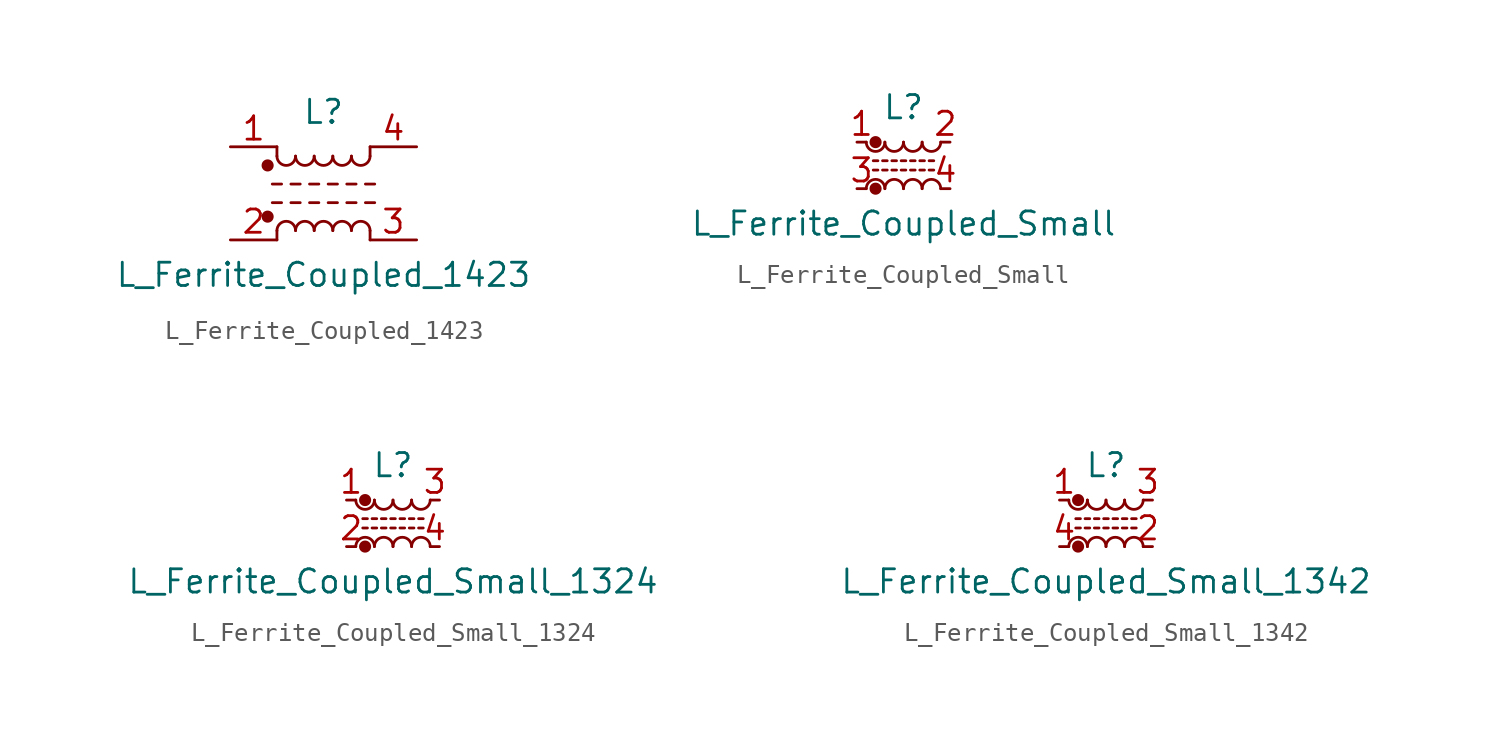
<source format=kicad_sym>
(kicad_symbol_lib
  (version 20241209)
  (generator "kicad_symbol_editor")
  (generator_version "9.0")
  (symbol "L_Ferrite_Coupled_1423"
    (pin_names
      (offset 0.254)
      (hide yes))
    (property "Reference" "L"
      (at 0 4.445 0)
      (effects (font (size 1.27 1.27))))
    (property "Value" "L_Ferrite_Coupled_1423"
      (at 0 -4.445 0)
      (effects (font (size 1.27 1.27))))
    (symbol "L_Ferrite_Coupled_1423_0_1"
      (circle (center -3.048 1.524) (radius 0.254) (stroke (width 0) (type default)) (fill (type outline)))
      (circle (center -3.048 -1.27) (radius 0.254) (stroke (width 0) (type default)) (fill (type outline)))
      (polyline (pts (xy -2.794 0.508) (xy -2.286 0.508)) (stroke (width 0) (type default)) (fill (type none)))
      (polyline (pts (xy -2.794 -0.508) (xy -2.286 -0.508)) (stroke (width 0) (type default)) (fill (type none)))
      (polyline (pts (xy -2.54 2.032) (xy -2.54 2.54)) (stroke (width 0) (type default)) (fill (type none)))
      (polyline (pts (xy -2.54 -2.032) (xy -2.54 -2.54)) (stroke (width 0) (type default)) (fill (type none)))
      (arc (start -1.524 2.032) (mid -2.032 1.5262) (end -2.54 2.032) (stroke (width 0) (type default)) (fill (type none)))
      (arc (start -2.54 -2.032) (mid -2.032 -1.5262) (end -1.524 -2.032) (stroke (width 0) (type default)) (fill (type none)))
      (polyline (pts (xy -1.778 0.508) (xy -1.27 0.508)) (stroke (width 0) (type default)) (fill (type none)))
      (polyline (pts (xy -1.778 -0.508) (xy -1.27 -0.508)) (stroke (width 0) (type default)) (fill (type none)))
      (arc (start -0.508 2.032) (mid -1.016 1.5262) (end -1.524 2.032) (stroke (width 0) (type default)) (fill (type none)))
      (arc (start -1.524 -2.032) (mid -1.016 -1.5262) (end -0.508 -2.032) (stroke (width 0) (type default)) (fill (type none)))
      (polyline (pts (xy -0.762 0.508) (xy -0.254 0.508)) (stroke (width 0) (type default)) (fill (type none)))
      (polyline (pts (xy -0.762 -0.508) (xy -0.254 -0.508)) (stroke (width 0) (type default)) (fill (type none)))
      (arc (start 0.508 2.032) (mid 0 1.5262) (end -0.508 2.032) (stroke (width 0) (type default)) (fill (type none)))
      (arc (start -0.508 -2.032) (mid 0 -1.5262) (end 0.508 -2.032) (stroke (width 0) (type default)) (fill (type none)))
      (polyline (pts (xy 0.254 0.508) (xy 0.762 0.508)) (stroke (width 0) (type default)) (fill (type none)))
      (polyline (pts (xy 0.254 -0.508) (xy 0.762 -0.508)) (stroke (width 0) (type default)) (fill (type none)))
      (arc (start 1.524 2.032) (mid 1.016 1.5262) (end 0.508 2.032) (stroke (width 0) (type default)) (fill (type none)))
      (arc (start 0.508 -2.032) (mid 1.016 -1.5262) (end 1.524 -2.032) (stroke (width 0) (type default)) (fill (type none)))
      (polyline (pts (xy 1.27 0.508) (xy 1.778 0.508)) (stroke (width 0) (type default)) (fill (type none)))
      (polyline (pts (xy 1.27 -0.508) (xy 1.778 -0.508)) (stroke (width 0) (type default)) (fill (type none)))
      (arc (start 2.54 2.032) (mid 2.032 1.5262) (end 1.524 2.032) (stroke (width 0) (type default)) (fill (type none)))
      (arc (start 1.524 -2.032) (mid 2.032 -1.5262) (end 2.54 -2.032) (stroke (width 0) (type default)) (fill (type none)))
      (polyline (pts (xy 2.286 0.508) (xy 2.794 0.508)) (stroke (width 0) (type default)) (fill (type none)))
      (polyline (pts (xy 2.286 -0.508) (xy 2.794 -0.508)) (stroke (width 0) (type default)) (fill (type none)))
      (polyline (pts (xy 2.54 2.54) (xy 2.54 2.032)) (stroke (width 0) (type default)) (fill (type none)))
      (polyline (pts (xy 2.54 -2.032) (xy 2.54 -2.54)) (stroke (width 0) (type default)) (fill (type none))))
    (symbol "L_Ferrite_Coupled_1423_1_1"
      (pin passive line (at -5.08 2.54 0) (length 2.54) (name "1" (effects (font (size 1.27 1.27)))) (number "1" (effects (font (size 1.27 1.27)))))
      (pin passive line (at -5.08 -2.54 0) (length 2.54) (name "2" (effects (font (size 1.27 1.27)))) (number "2" (effects (font (size 1.27 1.27)))))
      (pin passive line (at 5.08 2.54 180) (length 2.54) (name "4" (effects (font (size 1.27 1.27)))) (number "4" (effects (font (size 1.27 1.27)))))
      (pin passive line (at 5.08 -2.54 180) (length 2.54) (name "3" (effects (font (size 1.27 1.27)))) (number "3" (effects (font (size 1.27 1.27)))))))
  (symbol "L_Ferrite_Coupled_Small"
    (pin_names
      (offset 0.254)
      (hide yes))
    (property "Reference" "L"
      (at 0 3.175 0)
      (effects (font (size 1.27 1.27))))
    (property "Value" "L_Ferrite_Coupled_Small"
      (at 0 -3.175 0)
      (effects (font (size 1.27 1.27))))
    (symbol "L_Ferrite_Coupled_Small_0_1"
      (polyline (pts (xy -1.651 0.254) (xy -1.397 0.254)) (stroke (width 0) (type default)) (fill (type none)))
      (arc (start -1.016 1.27) (mid -1.524 0.7642) (end -2.032 1.27) (stroke (width 0) (type default)) (fill (type none)))
      (circle (center -1.524 1.27) (radius 0.254) (stroke (width 0) (type default)) (fill (type outline)))
      (circle (center -1.524 -1.27) (radius 0.254) (stroke (width 0) (type default)) (fill (type outline)))
      (arc (start -2.032 -1.27) (mid -1.524 -0.7642) (end -1.016 -1.27) (stroke (width 0) (type default)) (fill (type none)))
      (polyline (pts (xy -1.397 -0.254) (xy -1.651 -0.254)) (stroke (width 0) (type default)) (fill (type none)))
      (polyline (pts (xy -1.143 0.254) (xy -0.889 0.254)) (stroke (width 0) (type default)) (fill (type none)))
      (polyline (pts (xy -0.889 -0.254) (xy -1.143 -0.254)) (stroke (width 0) (type default)) (fill (type none)))
      (polyline (pts (xy -0.635 0.254) (xy -0.381 0.254)) (stroke (width 0) (type default)) (fill (type none)))
      (arc (start 0 1.27) (mid -0.508 0.7642) (end -1.016 1.27) (stroke (width 0) (type default)) (fill (type none)))
      (arc (start -1.016 -1.27) (mid -0.508 -0.7642) (end 0 -1.27) (stroke (width 0) (type default)) (fill (type none)))
      (polyline (pts (xy -0.381 -0.254) (xy -0.635 -0.254)) (stroke (width 0) (type default)) (fill (type none)))
      (polyline (pts (xy -0.127 0.254) (xy 0.127 0.254)) (stroke (width 0) (type default)) (fill (type none)))
      (polyline (pts (xy 0.127 -0.254) (xy -0.127 -0.254)) (stroke (width 0) (type default)) (fill (type none)))
      (polyline (pts (xy 0.381 0.254) (xy 0.635 0.254)) (stroke (width 0) (type default)) (fill (type none)))
      (arc (start 1.016 1.27) (mid 0.508 0.7642) (end 0 1.27) (stroke (width 0) (type default)) (fill (type none)))
      (arc (start 0 -1.27) (mid 0.508 -0.7642) (end 1.016 -1.27) (stroke (width 0) (type default)) (fill (type none)))
      (polyline (pts (xy 0.635 -0.254) (xy 0.381 -0.254)) (stroke (width 0) (type default)) (fill (type none)))
      (polyline (pts (xy 0.889 0.254) (xy 1.143 0.254)) (stroke (width 0) (type default)) (fill (type none)))
      (polyline (pts (xy 1.143 -0.254) (xy 0.889 -0.254)) (stroke (width 0) (type default)) (fill (type none)))
      (polyline (pts (xy 1.397 0.254) (xy 1.651 0.254)) (stroke (width 0) (type default)) (fill (type none)))
      (arc (start 2.032 1.27) (mid 1.524 0.7642) (end 1.016 1.27) (stroke (width 0) (type default)) (fill (type none)))
      (arc (start 1.016 -1.27) (mid 1.524 -0.7642) (end 2.032 -1.27) (stroke (width 0) (type default)) (fill (type none)))
      (polyline (pts (xy 1.651 -0.254) (xy 1.397 -0.254)) (stroke (width 0) (type default)) (fill (type none))))
    (symbol "L_Ferrite_Coupled_Small_1_1"
      (pin passive line (at -2.54 1.27 0) (length 0.508) (name "1" (effects (font (size 1.27 1.27)))) (number "1" (effects (font (size 1.27 1.27)))))
      (pin passive line (at -2.54 -1.27 0) (length 0.508) (name "3" (effects (font (size 1.27 1.27)))) (number "3" (effects (font (size 1.27 1.27)))))
      (pin passive line (at 2.54 1.27 180) (length 0.508) (name "2" (effects (font (size 1.27 1.27)))) (number "2" (effects (font (size 1.27 1.27)))))
      (pin passive line (at 2.54 -1.27 180) (length 0.508) (name "4" (effects (font (size 1.27 1.27)))) (number "4" (effects (font (size 1.27 1.27)))))))
  (symbol "L_Ferrite_Coupled_Small_1324"
    (pin_names
      (offset 0.254)
      (hide yes))
    (property "Reference" "L"
      (at 0 3.175 0)
      (effects (font (size 1.27 1.27))))
    (property "Value" "L_Ferrite_Coupled_Small_1324"
      (at 0 -3.175 0)
      (effects (font (size 1.27 1.27))))
    (symbol "L_Ferrite_Coupled_Small_1324_0_1"
      (polyline (pts (xy -1.651 0.254) (xy -1.397 0.254)) (stroke (width 0) (type default)) (fill (type none)))
      (arc (start -1.016 1.27) (mid -1.524 0.7642) (end -2.032 1.27) (stroke (width 0) (type default)) (fill (type none)))
      (circle (center -1.524 1.27) (radius 0.254) (stroke (width 0) (type default)) (fill (type outline)))
      (circle (center -1.524 -1.27) (radius 0.254) (stroke (width 0) (type default)) (fill (type outline)))
      (arc (start -2.032 -1.27) (mid -1.524 -0.7642) (end -1.016 -1.27) (stroke (width 0) (type default)) (fill (type none)))
      (polyline (pts (xy -1.397 -0.254) (xy -1.651 -0.254)) (stroke (width 0) (type default)) (fill (type none)))
      (polyline (pts (xy -1.143 0.254) (xy -0.889 0.254)) (stroke (width 0) (type default)) (fill (type none)))
      (polyline (pts (xy -0.889 -0.254) (xy -1.143 -0.254)) (stroke (width 0) (type default)) (fill (type none)))
      (polyline (pts (xy -0.635 0.254) (xy -0.381 0.254)) (stroke (width 0) (type default)) (fill (type none)))
      (arc (start 0 1.27) (mid -0.508 0.7642) (end -1.016 1.27) (stroke (width 0) (type default)) (fill (type none)))
      (arc (start -1.016 -1.27) (mid -0.508 -0.7642) (end 0 -1.27) (stroke (width 0) (type default)) (fill (type none)))
      (polyline (pts (xy -0.381 -0.254) (xy -0.635 -0.254)) (stroke (width 0) (type default)) (fill (type none)))
      (polyline (pts (xy -0.127 0.254) (xy 0.127 0.254)) (stroke (width 0) (type default)) (fill (type none)))
      (polyline (pts (xy 0.127 -0.254) (xy -0.127 -0.254)) (stroke (width 0) (type default)) (fill (type none)))
      (polyline (pts (xy 0.381 0.254) (xy 0.635 0.254)) (stroke (width 0) (type default)) (fill (type none)))
      (arc (start 1.016 1.27) (mid 0.508 0.7642) (end 0 1.27) (stroke (width 0) (type default)) (fill (type none)))
      (arc (start 0 -1.27) (mid 0.508 -0.7642) (end 1.016 -1.27) (stroke (width 0) (type default)) (fill (type none)))
      (polyline (pts (xy 0.635 -0.254) (xy 0.381 -0.254)) (stroke (width 0) (type default)) (fill (type none)))
      (polyline (pts (xy 0.889 0.254) (xy 1.143 0.254)) (stroke (width 0) (type default)) (fill (type none)))
      (polyline (pts (xy 1.143 -0.254) (xy 0.889 -0.254)) (stroke (width 0) (type default)) (fill (type none)))
      (polyline (pts (xy 1.397 0.254) (xy 1.651 0.254)) (stroke (width 0) (type default)) (fill (type none)))
      (arc (start 2.032 1.27) (mid 1.524 0.7642) (end 1.016 1.27) (stroke (width 0) (type default)) (fill (type none)))
      (arc (start 1.016 -1.27) (mid 1.524 -0.7642) (end 2.032 -1.27) (stroke (width 0) (type default)) (fill (type none)))
      (polyline (pts (xy 1.651 -0.254) (xy 1.397 -0.254)) (stroke (width 0) (type default)) (fill (type none))))
    (symbol "L_Ferrite_Coupled_Small_1324_1_1"
      (pin passive line (at -2.54 1.27 0) (length 0.508) (name "1" (effects (font (size 1.27 1.27)))) (number "1" (effects (font (size 1.27 1.27)))))
      (pin passive line (at -2.54 -1.27 0) (length 0.508) (name "2" (effects (font (size 1.27 1.27)))) (number "2" (effects (font (size 1.27 1.27)))))
      (pin passive line (at 2.54 1.27 180) (length 0.508) (name "3" (effects (font (size 1.27 1.27)))) (number "3" (effects (font (size 1.27 1.27)))))
      (pin passive line (at 2.54 -1.27 180) (length 0.508) (name "4" (effects (font (size 1.27 1.27)))) (number "4" (effects (font (size 1.27 1.27)))))))
  (symbol "L_Ferrite_Coupled_Small_1342"
    (pin_names
      (offset 0.254)
      (hide yes))
    (property "Reference" "L"
      (at 0 3.175 0)
      (effects (font (size 1.27 1.27))))
    (property "Value" "L_Ferrite_Coupled_Small_1342"
      (at 0 -3.175 0)
      (effects (font (size 1.27 1.27))))
    (symbol "L_Ferrite_Coupled_Small_1342_0_1"
      (polyline (pts (xy -1.651 0.254) (xy -1.397 0.254)) (stroke (width 0) (type default)) (fill (type none)))
      (arc (start -1.016 1.27) (mid -1.524 0.7642) (end -2.032 1.27) (stroke (width 0) (type default)) (fill (type none)))
      (circle (center -1.524 1.27) (radius 0.254) (stroke (width 0) (type default)) (fill (type outline)))
      (circle (center -1.524 -1.27) (radius 0.254) (stroke (width 0) (type default)) (fill (type outline)))
      (arc (start -2.032 -1.27) (mid -1.524 -0.7642) (end -1.016 -1.27) (stroke (width 0) (type default)) (fill (type none)))
      (polyline (pts (xy -1.397 -0.254) (xy -1.651 -0.254)) (stroke (width 0) (type default)) (fill (type none)))
      (polyline (pts (xy -1.143 0.254) (xy -0.889 0.254)) (stroke (width 0) (type default)) (fill (type none)))
      (polyline (pts (xy -0.889 -0.254) (xy -1.143 -0.254)) (stroke (width 0) (type default)) (fill (type none)))
      (polyline (pts (xy -0.635 0.254) (xy -0.381 0.254)) (stroke (width 0) (type default)) (fill (type none)))
      (arc (start 0 1.27) (mid -0.508 0.7642) (end -1.016 1.27) (stroke (width 0) (type default)) (fill (type none)))
      (arc (start -1.016 -1.27) (mid -0.508 -0.7642) (end 0 -1.27) (stroke (width 0) (type default)) (fill (type none)))
      (polyline (pts (xy -0.381 -0.254) (xy -0.635 -0.254)) (stroke (width 0) (type default)) (fill (type none)))
      (polyline (pts (xy -0.127 0.254) (xy 0.127 0.254)) (stroke (width 0) (type default)) (fill (type none)))
      (polyline (pts (xy 0.127 -0.254) (xy -0.127 -0.254)) (stroke (width 0) (type default)) (fill (type none)))
      (polyline (pts (xy 0.381 0.254) (xy 0.635 0.254)) (stroke (width 0) (type default)) (fill (type none)))
      (arc (start 1.016 1.27) (mid 0.508 0.7642) (end 0 1.27) (stroke (width 0) (type default)) (fill (type none)))
      (arc (start 0 -1.27) (mid 0.508 -0.7642) (end 1.016 -1.27) (stroke (width 0) (type default)) (fill (type none)))
      (polyline (pts (xy 0.635 -0.254) (xy 0.381 -0.254)) (stroke (width 0) (type default)) (fill (type none)))
      (polyline (pts (xy 0.889 0.254) (xy 1.143 0.254)) (stroke (width 0) (type default)) (fill (type none)))
      (polyline (pts (xy 1.143 -0.254) (xy 0.889 -0.254)) (stroke (width 0) (type default)) (fill (type none)))
      (polyline (pts (xy 1.397 0.254) (xy 1.651 0.254)) (stroke (width 0) (type default)) (fill (type none)))
      (arc (start 2.032 1.27) (mid 1.524 0.7642) (end 1.016 1.27) (stroke (width 0) (type default)) (fill (type none)))
      (arc (start 1.016 -1.27) (mid 1.524 -0.7642) (end 2.032 -1.27) (stroke (width 0) (type default)) (fill (type none)))
      (polyline (pts (xy 1.651 -0.254) (xy 1.397 -0.254)) (stroke (width 0) (type default)) (fill (type none))))
    (symbol "L_Ferrite_Coupled_Small_1342_1_1"
      (pin passive line (at -2.54 1.27 0) (length 0.508) (name "1" (effects (font (size 1.27 1.27)))) (number "1" (effects (font (size 1.27 1.27)))))
      (pin passive line (at -2.54 -1.27 0) (length 0.508) (name "4" (effects (font (size 1.27 1.27)))) (number "4" (effects (font (size 1.27 1.27)))))
      (pin passive line (at 2.54 1.27 180) (length 0.508) (name "3" (effects (font (size 1.27 1.27)))) (number "3" (effects (font (size 1.27 1.27)))))
      (pin passive line (at 2.54 -1.27 180) (length 0.508) (name "2" (effects (font (size 1.27 1.27)))) (number "2" (effects (font (size 1.27 1.27))))))))
</source>
